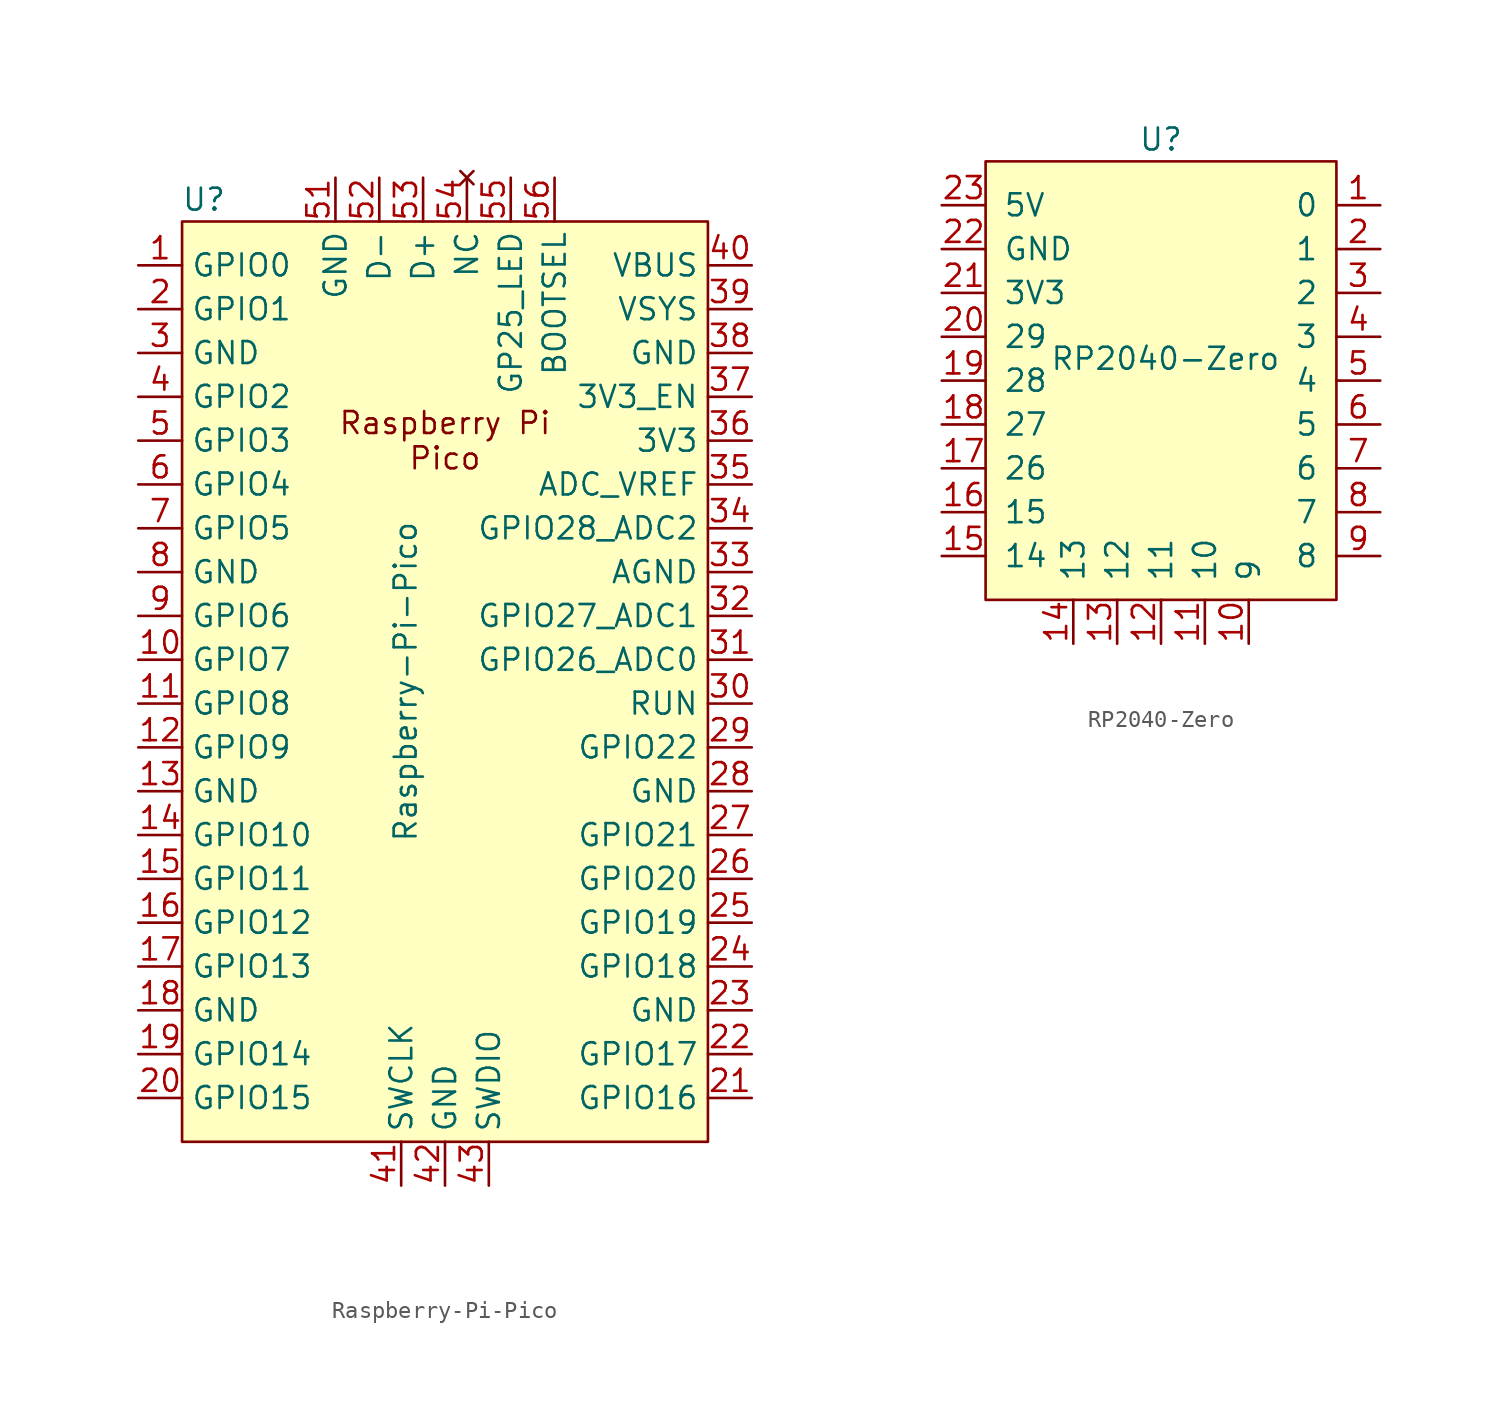
<source format=kicad_sym>
(kicad_symbol_lib
  (version 20231120)
  (generator "kicad_symbol_editor")
  (generator_version "8.0")
  (symbol "Raspberry-Pi-Pico"
    (property "Reference" "U"
      (at -13.97 27.94 0)
      (effects (font (size 1.27 1.27))))
    (property "Value" "Raspberry-Pi-Pico"
      (at -2.286 0 90)
      (effects (font (size 1.27 1.27))))
    (symbol "Raspberry-Pi-Pico_0_1"
      (rectangle (start -15.24 26.67) (end 15.24 -26.67) (stroke (width 0) (type default)) (fill (type background))))
    (symbol "Raspberry-Pi-Pico_1_0"
      (text "Raspberry Pi\nPico" (at 0 13.97 0) (effects (font (size 1.27 1.27)))))
    (symbol "Raspberry-Pi-Pico_1_1"
      (pin bidirectional line (at -17.78 24.13 0) (length 2.54) (name "GPIO0" (effects (font (size 1.27 1.27)))) (number "1" (effects (font (size 1.27 1.27)))))
      (pin bidirectional line (at -17.78 1.27 0) (length 2.54) (name "GPIO7" (effects (font (size 1.27 1.27)))) (number "10" (effects (font (size 1.27 1.27)))))
      (pin bidirectional line (at -17.78 -1.27 0) (length 2.54) (name "GPIO8" (effects (font (size 1.27 1.27)))) (number "11" (effects (font (size 1.27 1.27)))))
      (pin bidirectional line (at -17.78 -3.81 0) (length 2.54) (name "GPIO9" (effects (font (size 1.27 1.27)))) (number "12" (effects (font (size 1.27 1.27)))))
      (pin power_in line (at -17.78 -6.35 0) (length 2.54) (name "GND" (effects (font (size 1.27 1.27)))) (number "13" (effects (font (size 1.27 1.27)))))
      (pin bidirectional line (at -17.78 -8.89 0) (length 2.54) (name "GPIO10" (effects (font (size 1.27 1.27)))) (number "14" (effects (font (size 1.27 1.27)))))
      (pin bidirectional line (at -17.78 -11.43 0) (length 2.54) (name "GPIO11" (effects (font (size 1.27 1.27)))) (number "15" (effects (font (size 1.27 1.27)))))
      (pin bidirectional line (at -17.78 -13.97 0) (length 2.54) (name "GPIO12" (effects (font (size 1.27 1.27)))) (number "16" (effects (font (size 1.27 1.27)))))
      (pin bidirectional line (at -17.78 -16.51 0) (length 2.54) (name "GPIO13" (effects (font (size 1.27 1.27)))) (number "17" (effects (font (size 1.27 1.27)))))
      (pin power_in line (at -17.78 -19.05 0) (length 2.54) (name "GND" (effects (font (size 1.27 1.27)))) (number "18" (effects (font (size 1.27 1.27)))))
      (pin bidirectional line (at -17.78 -21.59 0) (length 2.54) (name "GPIO14" (effects (font (size 1.27 1.27)))) (number "19" (effects (font (size 1.27 1.27)))))
      (pin bidirectional line (at -17.78 21.59 0) (length 2.54) (name "GPIO1" (effects (font (size 1.27 1.27)))) (number "2" (effects (font (size 1.27 1.27)))))
      (pin bidirectional line (at -17.78 -24.13 0) (length 2.54) (name "GPIO15" (effects (font (size 1.27 1.27)))) (number "20" (effects (font (size 1.27 1.27)))))
      (pin bidirectional line (at 17.78 -24.13 180) (length 2.54) (name "GPIO16" (effects (font (size 1.27 1.27)))) (number "21" (effects (font (size 1.27 1.27)))))
      (pin bidirectional line (at 17.78 -21.59 180) (length 2.54) (name "GPIO17" (effects (font (size 1.27 1.27)))) (number "22" (effects (font (size 1.27 1.27)))))
      (pin power_in line (at 17.78 -19.05 180) (length 2.54) (name "GND" (effects (font (size 1.27 1.27)))) (number "23" (effects (font (size 1.27 1.27)))))
      (pin bidirectional line (at 17.78 -16.51 180) (length 2.54) (name "GPIO18" (effects (font (size 1.27 1.27)))) (number "24" (effects (font (size 1.27 1.27)))))
      (pin bidirectional line (at 17.78 -13.97 180) (length 2.54) (name "GPIO19" (effects (font (size 1.27 1.27)))) (number "25" (effects (font (size 1.27 1.27)))))
      (pin bidirectional line (at 17.78 -11.43 180) (length 2.54) (name "GPIO20" (effects (font (size 1.27 1.27)))) (number "26" (effects (font (size 1.27 1.27)))))
      (pin bidirectional line (at 17.78 -8.89 180) (length 2.54) (name "GPIO21" (effects (font (size 1.27 1.27)))) (number "27" (effects (font (size 1.27 1.27)))))
      (pin power_in line (at 17.78 -6.35 180) (length 2.54) (name "GND" (effects (font (size 1.27 1.27)))) (number "28" (effects (font (size 1.27 1.27)))))
      (pin bidirectional line (at 17.78 -3.81 180) (length 2.54) (name "GPIO22" (effects (font (size 1.27 1.27)))) (number "29" (effects (font (size 1.27 1.27)))))
      (pin power_in line (at -17.78 19.05 0) (length 2.54) (name "GND" (effects (font (size 1.27 1.27)))) (number "3" (effects (font (size 1.27 1.27)))))
      (pin input line (at 17.78 -1.27 180) (length 2.54) (name "RUN" (effects (font (size 1.27 1.27)))) (number "30" (effects (font (size 1.27 1.27)))))
      (pin bidirectional line (at 17.78 1.27 180) (length 2.54) (name "GPIO26_ADC0" (effects (font (size 1.27 1.27)))) (number "31" (effects (font (size 1.27 1.27)))))
      (pin bidirectional line (at 17.78 3.81 180) (length 2.54) (name "GPIO27_ADC1" (effects (font (size 1.27 1.27)))) (number "32" (effects (font (size 1.27 1.27)))))
      (pin power_in line (at 17.78 6.35 180) (length 2.54) (name "AGND" (effects (font (size 1.27 1.27)))) (number "33" (effects (font (size 1.27 1.27)))))
      (pin bidirectional line (at 17.78 8.89 180) (length 2.54) (name "GPIO28_ADC2" (effects (font (size 1.27 1.27)))) (number "34" (effects (font (size 1.27 1.27)))))
      (pin power_in line (at 17.78 11.43 180) (length 2.54) (name "ADC_VREF" (effects (font (size 1.27 1.27)))) (number "35" (effects (font (size 1.27 1.27)))))
      (pin power_in line (at 17.78 13.97 180) (length 2.54) (name "3V3" (effects (font (size 1.27 1.27)))) (number "36" (effects (font (size 1.27 1.27)))))
      (pin input line (at 17.78 16.51 180) (length 2.54) (name "3V3_EN" (effects (font (size 1.27 1.27)))) (number "37" (effects (font (size 1.27 1.27)))))
      (pin bidirectional line (at 17.78 19.05 180) (length 2.54) (name "GND" (effects (font (size 1.27 1.27)))) (number "38" (effects (font (size 1.27 1.27)))))
      (pin power_in line (at 17.78 21.59 180) (length 2.54) (name "VSYS" (effects (font (size 1.27 1.27)))) (number "39" (effects (font (size 1.27 1.27)))))
      (pin bidirectional line (at -17.78 16.51 0) (length 2.54) (name "GPIO2" (effects (font (size 1.27 1.27)))) (number "4" (effects (font (size 1.27 1.27)))))
      (pin power_in line (at 17.78 24.13 180) (length 2.54) (name "VBUS" (effects (font (size 1.27 1.27)))) (number "40" (effects (font (size 1.27 1.27)))))
      (pin input line (at -2.54 -29.21 90) (length 2.54) (name "SWCLK" (effects (font (size 1.27 1.27)))) (number "41" (effects (font (size 1.27 1.27)))))
      (pin power_in line (at 0 -29.21 90) (length 2.54) (name "GND" (effects (font (size 1.27 1.27)))) (number "42" (effects (font (size 1.27 1.27)))))
      (pin bidirectional line (at 2.54 -29.21 90) (length 2.54) (name "SWDIO" (effects (font (size 1.27 1.27)))) (number "43" (effects (font (size 1.27 1.27)))))
      (pin bidirectional line (at -17.78 13.97 0) (length 2.54) (name "GPIO3" (effects (font (size 1.27 1.27)))) (number "5" (effects (font (size 1.27 1.27)))))
      (pin power_in line (at -6.35 29.21 270) (length 2.54) (name "GND" (effects (font (size 1.27 1.27)))) (number "51" (effects (font (size 1.27 1.27)))))
      (pin input line (at -3.81 29.21 270) (length 2.54) (name "D-" (effects (font (size 1.27 1.27)))) (number "52" (effects (font (size 1.27 1.27)))))
      (pin input line (at -1.27 29.21 270) (length 2.54) (name "D+" (effects (font (size 1.27 1.27)))) (number "53" (effects (font (size 1.27 1.27)))))
      (pin no_connect line (at 1.27 29.21 270) (length 2.54) (name "NC" (effects (font (size 1.27 1.27)))) (number "54" (effects (font (size 1.27 1.27)))))
      (pin output line (at 3.81 29.21 270) (length 2.54) (name "GP25_LED" (effects (font (size 1.27 1.27)))) (number "55" (effects (font (size 1.27 1.27)))))
      (pin input line (at 6.35 29.21 270) (length 2.54) (name "BOOTSEL" (effects (font (size 1.27 1.27)))) (number "56" (effects (font (size 1.27 1.27)))))
      (pin bidirectional line (at -17.78 11.43 0) (length 2.54) (name "GPIO4" (effects (font (size 1.27 1.27)))) (number "6" (effects (font (size 1.27 1.27)))))
      (pin bidirectional line (at -17.78 8.89 0) (length 2.54) (name "GPIO5" (effects (font (size 1.27 1.27)))) (number "7" (effects (font (size 1.27 1.27)))))
      (pin power_in line (at -17.78 6.35 0) (length 2.54) (name "GND" (effects (font (size 1.27 1.27)))) (number "8" (effects (font (size 1.27 1.27)))))
      (pin bidirectional line (at -17.78 3.81 0) (length 2.54) (name "GPIO6" (effects (font (size 1.27 1.27)))) (number "9" (effects (font (size 1.27 1.27)))))))
  (symbol "RP2040-Zero"
    (pin_names
      (offset 1.016))
    (property "Reference" "U"
      (at 0 12.7 0)
      (effects (font (size 1.27 1.27))))
    (property "Value" "RP2040-Zero"
      (at 0.254 0 0)
      (effects (font (size 1.27 1.27))))
    (symbol "RP2040-Zero_1_1"
      (rectangle (start -10.16 11.43) (end 10.16 -13.97) (stroke (width 0) (type default)) (fill (type background)))
      (pin bidirectional line (at 12.7 8.89 180) (length 2.54) (name "0" (effects (font (size 1.27 1.27)))) (number "1" (effects (font (size 1.27 1.27)))))
      (pin bidirectional line (at 5.08 -16.51 90) (length 2.54) (name "9" (effects (font (size 1.27 1.27)))) (number "10" (effects (font (size 1.27 1.27)))))
      (pin bidirectional line (at 2.54 -16.51 90) (length 2.54) (name "10" (effects (font (size 1.27 1.27)))) (number "11" (effects (font (size 1.27 1.27)))))
      (pin bidirectional line (at 0 -16.51 90) (length 2.54) (name "11" (effects (font (size 1.27 1.27)))) (number "12" (effects (font (size 1.27 1.27)))))
      (pin bidirectional line (at -2.54 -16.51 90) (length 2.54) (name "12" (effects (font (size 1.27 1.27)))) (number "13" (effects (font (size 1.27 1.27)))))
      (pin bidirectional line (at -5.08 -16.51 90) (length 2.54) (name "13" (effects (font (size 1.27 1.27)))) (number "14" (effects (font (size 1.27 1.27)))))
      (pin bidirectional line (at -12.7 -11.43 0) (length 2.54) (name "14" (effects (font (size 1.27 1.27)))) (number "15" (effects (font (size 1.27 1.27)))))
      (pin bidirectional line (at -12.7 -8.89 0) (length 2.54) (name "15" (effects (font (size 1.27 1.27)))) (number "16" (effects (font (size 1.27 1.27)))))
      (pin bidirectional line (at -12.7 -6.35 0) (length 2.54) (name "26" (effects (font (size 1.27 1.27)))) (number "17" (effects (font (size 1.27 1.27)))))
      (pin bidirectional line (at -12.7 -3.81 0) (length 2.54) (name "27" (effects (font (size 1.27 1.27)))) (number "18" (effects (font (size 1.27 1.27)))))
      (pin bidirectional line (at -12.7 -1.27 0) (length 2.54) (name "28" (effects (font (size 1.27 1.27)))) (number "19" (effects (font (size 1.27 1.27)))))
      (pin bidirectional line (at 12.7 6.35 180) (length 2.54) (name "1" (effects (font (size 1.27 1.27)))) (number "2" (effects (font (size 1.27 1.27)))))
      (pin bidirectional line (at -12.7 1.27 0) (length 2.54) (name "29" (effects (font (size 1.27 1.27)))) (number "20" (effects (font (size 1.27 1.27)))))
      (pin power_in line (at -12.7 3.81 0) (length 2.54) (name "3V3" (effects (font (size 1.27 1.27)))) (number "21" (effects (font (size 1.27 1.27)))))
      (pin power_in line (at -12.7 6.35 0) (length 2.54) (name "GND" (effects (font (size 1.27 1.27)))) (number "22" (effects (font (size 1.27 1.27)))))
      (pin power_in line (at -12.7 8.89 0) (length 2.54) (name "5V" (effects (font (size 1.27 1.27)))) (number "23" (effects (font (size 1.27 1.27)))))
      (pin bidirectional line (at 12.7 3.81 180) (length 2.54) (name "2" (effects (font (size 1.27 1.27)))) (number "3" (effects (font (size 1.27 1.27)))))
      (pin bidirectional line (at 12.7 1.27 180) (length 2.54) (name "3" (effects (font (size 1.27 1.27)))) (number "4" (effects (font (size 1.27 1.27)))))
      (pin bidirectional line (at 12.7 -1.27 180) (length 2.54) (name "4" (effects (font (size 1.27 1.27)))) (number "5" (effects (font (size 1.27 1.27)))))
      (pin bidirectional line (at 12.7 -3.81 180) (length 2.54) (name "5" (effects (font (size 1.27 1.27)))) (number "6" (effects (font (size 1.27 1.27)))))
      (pin bidirectional line (at 12.7 -6.35 180) (length 2.54) (name "6" (effects (font (size 1.27 1.27)))) (number "7" (effects (font (size 1.27 1.27)))))
      (pin bidirectional line (at 12.7 -8.89 180) (length 2.54) (name "7" (effects (font (size 1.27 1.27)))) (number "8" (effects (font (size 1.27 1.27)))))
      (pin bidirectional line (at 12.7 -11.43 180) (length 2.54) (name "8" (effects (font (size 1.27 1.27)))) (number "9" (effects (font (size 1.27 1.27))))))))
</source>
